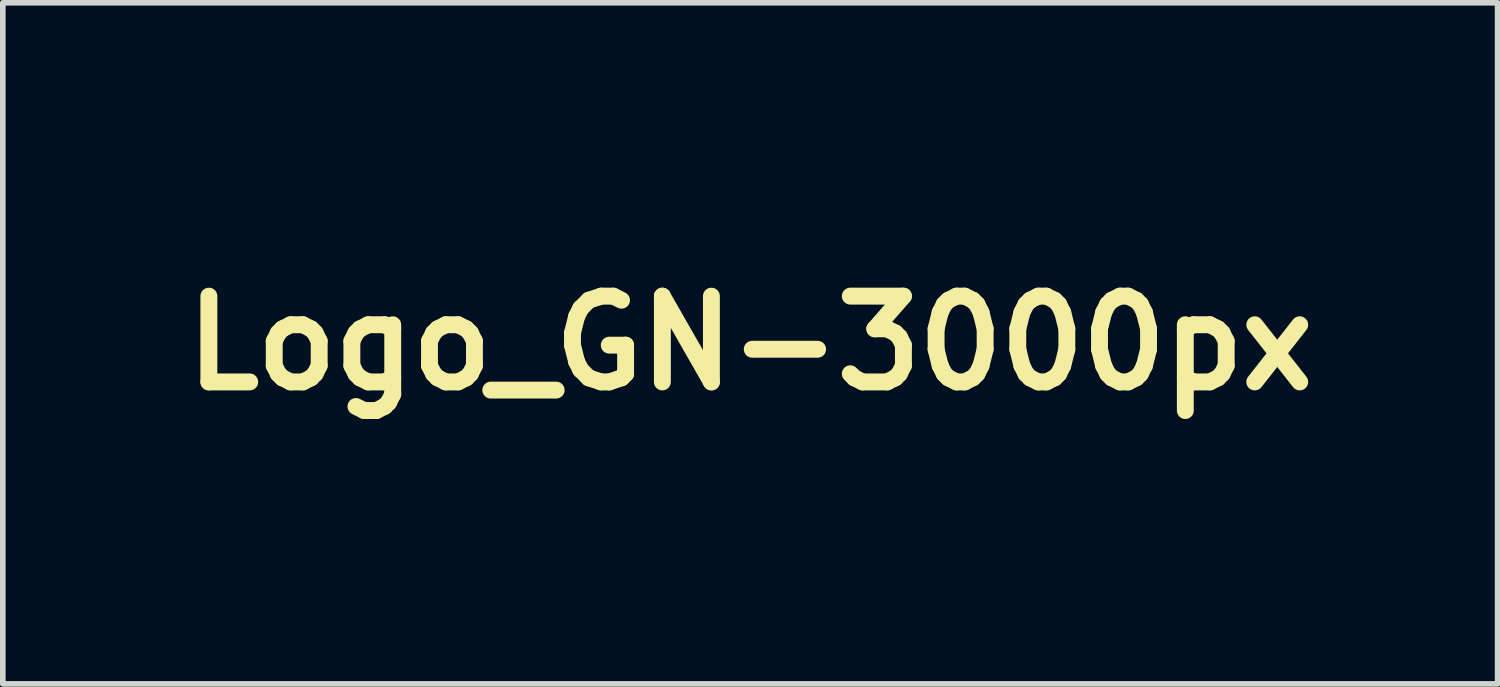
<source format=kicad_pcb>
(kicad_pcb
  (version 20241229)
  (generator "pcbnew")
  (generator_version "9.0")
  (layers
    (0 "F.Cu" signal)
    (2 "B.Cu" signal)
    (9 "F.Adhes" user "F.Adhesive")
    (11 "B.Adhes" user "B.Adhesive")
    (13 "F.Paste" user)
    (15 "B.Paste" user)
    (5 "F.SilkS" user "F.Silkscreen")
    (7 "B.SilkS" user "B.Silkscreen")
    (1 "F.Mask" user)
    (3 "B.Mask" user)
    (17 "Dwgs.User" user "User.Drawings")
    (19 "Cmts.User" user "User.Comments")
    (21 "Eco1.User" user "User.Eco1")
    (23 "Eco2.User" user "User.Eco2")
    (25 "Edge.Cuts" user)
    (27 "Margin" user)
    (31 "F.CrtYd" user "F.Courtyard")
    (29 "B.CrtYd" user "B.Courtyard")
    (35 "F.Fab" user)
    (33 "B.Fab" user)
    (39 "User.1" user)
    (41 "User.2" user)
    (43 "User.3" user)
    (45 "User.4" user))
  (footprint "Logo_GN-3000px"
    (layer "F.Cu")
    (at 10.276 3.045)
    (property "Reference" "Logo_GN-3000px" (at 0 0 0) (layer "F.SilkS") (effects (font (size 1.524 1.524) (thickness 0.3))))
    (attr through_hole)
    (fp_poly (pts (xy 8.306 3.048) (xy -8.306 3.048) (xy -8.306 -3.04) (xy 8.306 -3.04) (xy 8.306 3.048)) (stroke (width 0.01) (type solid)) (fill yes) (layer "F.Mask")))
  (gr_rect
    (start -3 -3)
    (end 23.552 9.098)
    (stroke (width 0.1) (type default))
    (fill no)
    (layer "Edge.Cuts")))
</source>
